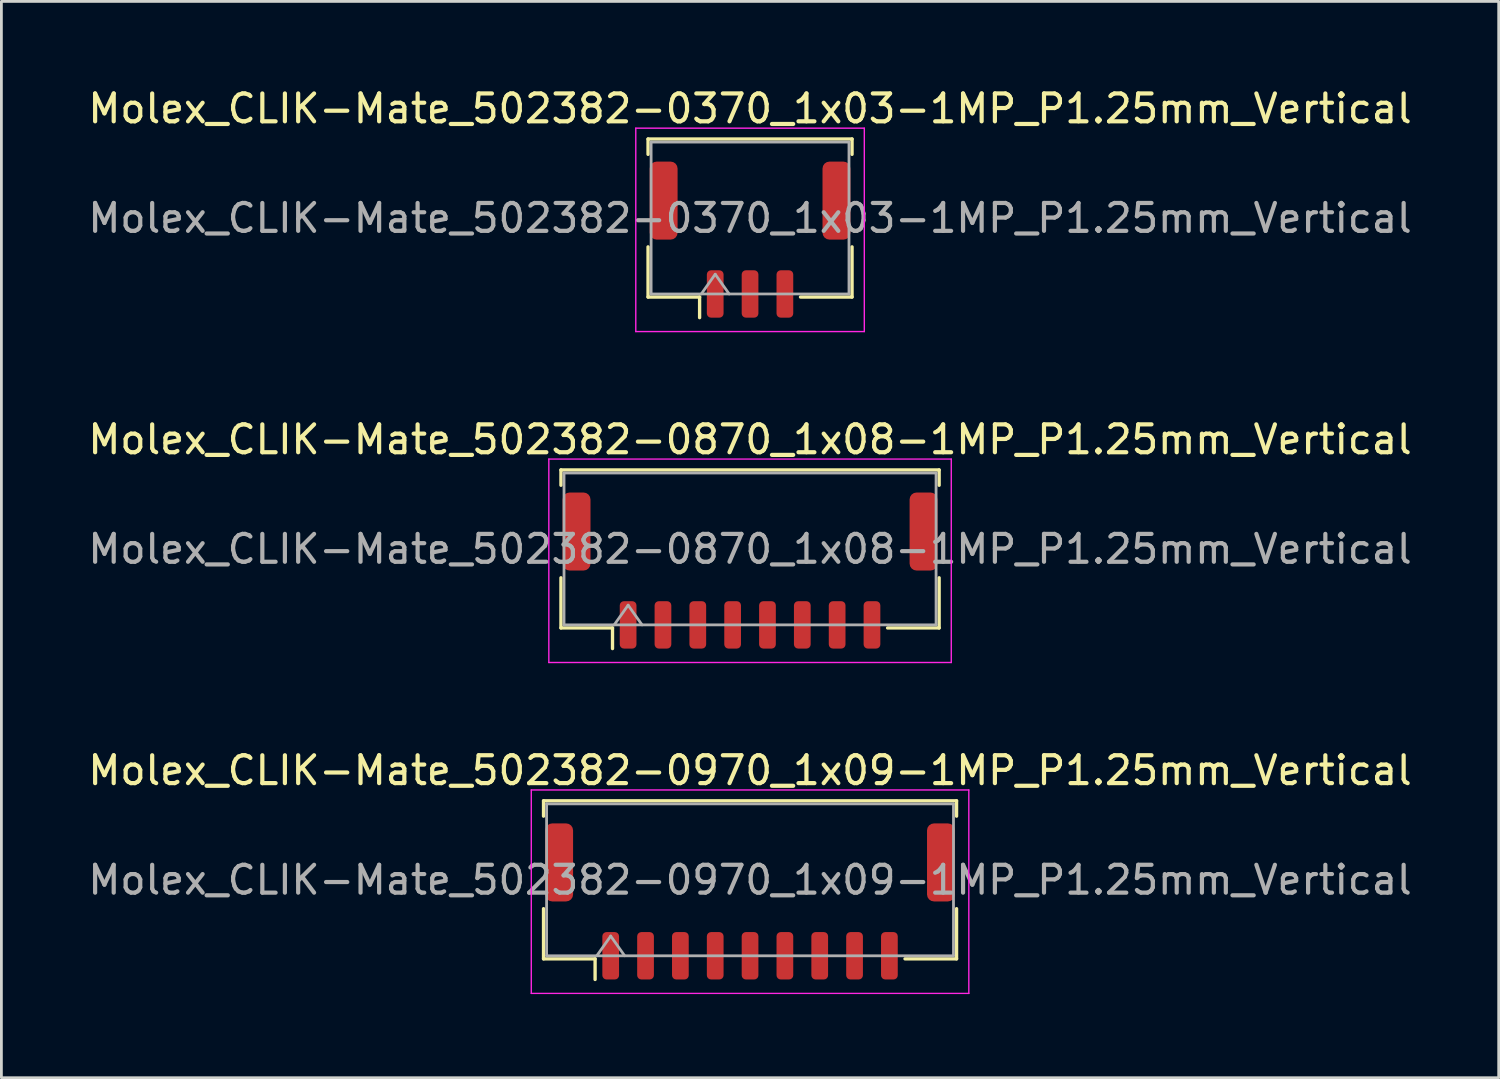
<source format=kicad_pcb>
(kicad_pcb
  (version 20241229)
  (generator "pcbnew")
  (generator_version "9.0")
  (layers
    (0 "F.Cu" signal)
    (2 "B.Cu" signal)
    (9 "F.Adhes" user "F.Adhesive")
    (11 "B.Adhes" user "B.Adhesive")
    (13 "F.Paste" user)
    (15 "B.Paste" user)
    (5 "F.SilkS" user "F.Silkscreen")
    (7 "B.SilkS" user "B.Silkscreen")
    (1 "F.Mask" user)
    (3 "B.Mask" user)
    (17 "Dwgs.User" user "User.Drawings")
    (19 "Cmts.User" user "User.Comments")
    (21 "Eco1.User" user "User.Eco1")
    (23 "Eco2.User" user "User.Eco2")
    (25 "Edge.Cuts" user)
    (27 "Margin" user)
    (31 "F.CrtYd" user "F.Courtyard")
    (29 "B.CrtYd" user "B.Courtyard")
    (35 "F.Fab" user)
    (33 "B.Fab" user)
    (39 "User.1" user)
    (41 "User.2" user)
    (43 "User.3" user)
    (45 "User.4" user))
  (footprint "Molex_CLIK-Mate_502382-0370_1x03-1MP_P1.25mm_Vertical"
    (layer "F.Cu")
    (at 23.863 5.548)
    (property "Reference" "Molex_CLIK-Mate_502382-0370_1x03-1MP_P1.25mm_Vertical" (at 0 -4.7 0) (layer "F.SilkS") (effects (font (size 1 1) (thickness 0.15))))
    (attr smd)
    (fp_line (start -3.66 -3.61) (end 3.66 -3.61) (stroke (width 0.12) (type solid)) (layer "F.SilkS"))
    (fp_line (start -3.66 -3.06) (end -3.66 -3.61) (stroke (width 0.12) (type solid)) (layer "F.SilkS"))
    (fp_line (start -3.66 0.26) (end -3.66 2.06) (stroke (width 0.12) (type solid)) (layer "F.SilkS"))
    (fp_line (start -3.66 2.06) (end -1.81 2.06) (stroke (width 0.12) (type solid)) (layer "F.SilkS"))
    (fp_line (start -1.81 2.06) (end -1.81 2.8) (stroke (width 0.12) (type solid)) (layer "F.SilkS"))
    (fp_line (start 3.66 -3.61) (end 3.66 -3.06) (stroke (width 0.12) (type solid)) (layer "F.SilkS"))
    (fp_line (start 3.66 0.26) (end 3.66 2.06) (stroke (width 0.12) (type solid)) (layer "F.SilkS"))
    (fp_line (start 3.66 2.06) (end 1.81 2.06) (stroke (width 0.12) (type solid)) (layer "F.SilkS"))
    (fp_line (start -4.1 -4) (end -4.1 3.3) (stroke (width 0.05) (type solid)) (layer "F.CrtYd"))
    (fp_line (start -4.1 3.3) (end 4.1 3.3) (stroke (width 0.05) (type solid)) (layer "F.CrtYd"))
    (fp_line (start 4.1 -4) (end -4.1 -4) (stroke (width 0.05) (type solid)) (layer "F.CrtYd"))
    (fp_line (start 4.1 3.3) (end 4.1 -4) (stroke (width 0.05) (type solid)) (layer "F.CrtYd"))
    (fp_line (start -3.55 -3.5) (end 3.55 -3.5) (stroke (width 0.1) (type solid)) (layer "F.Fab"))
    (fp_line (start -3.55 1.95) (end -3.55 -3.5) (stroke (width 0.1) (type solid)) (layer "F.Fab"))
    (fp_line (start -3.55 1.95) (end 3.55 1.95) (stroke (width 0.1) (type solid)) (layer "F.Fab"))
    (fp_line (start -1.75 1.95) (end -1.25 1.243) (stroke (width 0.1) (type solid)) (layer "F.Fab"))
    (fp_line (start -1.25 1.243) (end -0.75 1.95) (stroke (width 0.1) (type solid)) (layer "F.Fab"))
    (fp_line (start 3.55 1.95) (end 3.55 -3.5) (stroke (width 0.1) (type solid)) (layer "F.Fab"))
    (fp_text user "${REFERENCE}" (at 0 -0.77 0) (layer "F.Fab") (effects (font (size 1 1) (thickness 0.15))))
    (pad "1" smd roundrect (at -1.25 1.95) (size 0.6 1.7) (layers "F.Cu" "F.Mask" "F.Paste") (roundrect_rratio 0.25))
    (pad "2" smd roundrect (at 0 1.95) (size 0.6 1.7) (layers "F.Cu" "F.Mask" "F.Paste") (roundrect_rratio 0.25))
    (pad "3" smd roundrect (at 1.25 1.95) (size 0.6 1.7) (layers "F.Cu" "F.Mask" "F.Paste") (roundrect_rratio 0.25))
    (pad "MP" smd roundrect (at -3.1 -1.4) (size 1 2.8) (layers "F.Cu" "F.Mask" "F.Paste") (roundrect_rratio 0.25))
    (pad "MP" smd roundrect (at 3.1 -1.4) (size 1 2.8) (layers "F.Cu" "F.Mask" "F.Paste") (roundrect_rratio 0.25)))
  (footprint "Molex_CLIK-Mate_502382-0870_1x08-1MP_P1.25mm_Vertical"
    (layer "F.Cu")
    (at 23.863 17.422)
    (property "Reference" "Molex_CLIK-Mate_502382-0870_1x08-1MP_P1.25mm_Vertical" (at 0 -4.7 0) (layer "F.SilkS") (effects (font (size 1 1) (thickness 0.15))))
    (attr smd)
    (fp_line (start -6.785 -3.61) (end 6.785 -3.61) (stroke (width 0.12) (type solid)) (layer "F.SilkS"))
    (fp_line (start -6.785 -3.06) (end -6.785 -3.61) (stroke (width 0.12) (type solid)) (layer "F.SilkS"))
    (fp_line (start -6.785 0.26) (end -6.785 2.06) (stroke (width 0.12) (type solid)) (layer "F.SilkS"))
    (fp_line (start -6.785 2.06) (end -4.935 2.06) (stroke (width 0.12) (type solid)) (layer "F.SilkS"))
    (fp_line (start -4.935 2.06) (end -4.935 2.8) (stroke (width 0.12) (type solid)) (layer "F.SilkS"))
    (fp_line (start 6.785 -3.61) (end 6.785 -3.06) (stroke (width 0.12) (type solid)) (layer "F.SilkS"))
    (fp_line (start 6.785 0.26) (end 6.785 2.06) (stroke (width 0.12) (type solid)) (layer "F.SilkS"))
    (fp_line (start 6.785 2.06) (end 4.935 2.06) (stroke (width 0.12) (type solid)) (layer "F.SilkS"))
    (fp_line (start -7.22 -4) (end -7.22 3.3) (stroke (width 0.05) (type solid)) (layer "F.CrtYd"))
    (fp_line (start -7.22 3.3) (end 7.22 3.3) (stroke (width 0.05) (type solid)) (layer "F.CrtYd"))
    (fp_line (start 7.22 -4) (end -7.22 -4) (stroke (width 0.05) (type solid)) (layer "F.CrtYd"))
    (fp_line (start 7.22 3.3) (end 7.22 -4) (stroke (width 0.05) (type solid)) (layer "F.CrtYd"))
    (fp_line (start -6.675 -3.5) (end 6.675 -3.5) (stroke (width 0.1) (type solid)) (layer "F.Fab"))
    (fp_line (start -6.675 1.95) (end -6.675 -3.5) (stroke (width 0.1) (type solid)) (layer "F.Fab"))
    (fp_line (start -6.675 1.95) (end 6.675 1.95) (stroke (width 0.1) (type solid)) (layer "F.Fab"))
    (fp_line (start -4.875 1.95) (end -4.375 1.243) (stroke (width 0.1) (type solid)) (layer "F.Fab"))
    (fp_line (start -4.375 1.243) (end -3.875 1.95) (stroke (width 0.1) (type solid)) (layer "F.Fab"))
    (fp_line (start 6.675 1.95) (end 6.675 -3.5) (stroke (width 0.1) (type solid)) (layer "F.Fab"))
    (fp_text user "${REFERENCE}" (at 0 -0.77 0) (layer "F.Fab") (effects (font (size 1 1) (thickness 0.15))))
    (pad "1" smd roundrect (at -4.375 1.95) (size 0.6 1.7) (layers "F.Cu" "F.Mask" "F.Paste") (roundrect_rratio 0.25))
    (pad "2" smd roundrect (at -3.125 1.95) (size 0.6 1.7) (layers "F.Cu" "F.Mask" "F.Paste") (roundrect_rratio 0.25))
    (pad "3" smd roundrect (at -1.875 1.95) (size 0.6 1.7) (layers "F.Cu" "F.Mask" "F.Paste") (roundrect_rratio 0.25))
    (pad "4" smd roundrect (at -0.625 1.95) (size 0.6 1.7) (layers "F.Cu" "F.Mask" "F.Paste") (roundrect_rratio 0.25))
    (pad "5" smd roundrect (at 0.625 1.95) (size 0.6 1.7) (layers "F.Cu" "F.Mask" "F.Paste") (roundrect_rratio 0.25))
    (pad "6" smd roundrect (at 1.875 1.95) (size 0.6 1.7) (layers "F.Cu" "F.Mask" "F.Paste") (roundrect_rratio 0.25))
    (pad "7" smd roundrect (at 3.125 1.95) (size 0.6 1.7) (layers "F.Cu" "F.Mask" "F.Paste") (roundrect_rratio 0.25))
    (pad "8" smd roundrect (at 4.375 1.95) (size 0.6 1.7) (layers "F.Cu" "F.Mask" "F.Paste") (roundrect_rratio 0.25))
    (pad "MP" smd roundrect (at -6.225 -1.4) (size 1 2.8) (layers "F.Cu" "F.Mask" "F.Paste") (roundrect_rratio 0.25))
    (pad "MP" smd roundrect (at 6.225 -1.4) (size 1 2.8) (layers "F.Cu" "F.Mask" "F.Paste") (roundrect_rratio 0.25)))
  (footprint "Molex_CLIK-Mate_502382-0970_1x09-1MP_P1.25mm_Vertical"
    (layer "F.Cu")
    (at 23.863 29.295)
    (property "Reference" "Molex_CLIK-Mate_502382-0970_1x09-1MP_P1.25mm_Vertical" (at 0 -4.7 0) (layer "F.SilkS") (effects (font (size 1 1) (thickness 0.15))))
    (attr smd)
    (fp_line (start -7.41 -3.61) (end 7.41 -3.61) (stroke (width 0.12) (type solid)) (layer "F.SilkS"))
    (fp_line (start -7.41 -3.06) (end -7.41 -3.61) (stroke (width 0.12) (type solid)) (layer "F.SilkS"))
    (fp_line (start -7.41 0.26) (end -7.41 2.06) (stroke (width 0.12) (type solid)) (layer "F.SilkS"))
    (fp_line (start -7.41 2.06) (end -5.56 2.06) (stroke (width 0.12) (type solid)) (layer "F.SilkS"))
    (fp_line (start -5.56 2.06) (end -5.56 2.8) (stroke (width 0.12) (type solid)) (layer "F.SilkS"))
    (fp_line (start 7.41 -3.61) (end 7.41 -3.06) (stroke (width 0.12) (type solid)) (layer "F.SilkS"))
    (fp_line (start 7.41 0.26) (end 7.41 2.06) (stroke (width 0.12) (type solid)) (layer "F.SilkS"))
    (fp_line (start 7.41 2.06) (end 5.56 2.06) (stroke (width 0.12) (type solid)) (layer "F.SilkS"))
    (fp_line (start -7.85 -4) (end -7.85 3.3) (stroke (width 0.05) (type solid)) (layer "F.CrtYd"))
    (fp_line (start -7.85 3.3) (end 7.85 3.3) (stroke (width 0.05) (type solid)) (layer "F.CrtYd"))
    (fp_line (start 7.85 -4) (end -7.85 -4) (stroke (width 0.05) (type solid)) (layer "F.CrtYd"))
    (fp_line (start 7.85 3.3) (end 7.85 -4) (stroke (width 0.05) (type solid)) (layer "F.CrtYd"))
    (fp_line (start -7.3 -3.5) (end 7.3 -3.5) (stroke (width 0.1) (type solid)) (layer "F.Fab"))
    (fp_line (start -7.3 1.95) (end -7.3 -3.5) (stroke (width 0.1) (type solid)) (layer "F.Fab"))
    (fp_line (start -7.3 1.95) (end 7.3 1.95) (stroke (width 0.1) (type solid)) (layer "F.Fab"))
    (fp_line (start -5.5 1.95) (end -5 1.243) (stroke (width 0.1) (type solid)) (layer "F.Fab"))
    (fp_line (start -5 1.243) (end -4.5 1.95) (stroke (width 0.1) (type solid)) (layer "F.Fab"))
    (fp_line (start 7.3 1.95) (end 7.3 -3.5) (stroke (width 0.1) (type solid)) (layer "F.Fab"))
    (fp_text user "${REFERENCE}" (at 0 -0.77 0) (layer "F.Fab") (effects (font (size 1 1) (thickness 0.15))))
    (pad "1" smd roundrect (at -5 1.95) (size 0.6 1.7) (layers "F.Cu" "F.Mask" "F.Paste") (roundrect_rratio 0.25))
    (pad "2" smd roundrect (at -3.75 1.95) (size 0.6 1.7) (layers "F.Cu" "F.Mask" "F.Paste") (roundrect_rratio 0.25))
    (pad "3" smd roundrect (at -2.5 1.95) (size 0.6 1.7) (layers "F.Cu" "F.Mask" "F.Paste") (roundrect_rratio 0.25))
    (pad "4" smd roundrect (at -1.25 1.95) (size 0.6 1.7) (layers "F.Cu" "F.Mask" "F.Paste") (roundrect_rratio 0.25))
    (pad "5" smd roundrect (at 0 1.95) (size 0.6 1.7) (layers "F.Cu" "F.Mask" "F.Paste") (roundrect_rratio 0.25))
    (pad "6" smd roundrect (at 1.25 1.95) (size 0.6 1.7) (layers "F.Cu" "F.Mask" "F.Paste") (roundrect_rratio 0.25))
    (pad "7" smd roundrect (at 2.5 1.95) (size 0.6 1.7) (layers "F.Cu" "F.Mask" "F.Paste") (roundrect_rratio 0.25))
    (pad "8" smd roundrect (at 3.75 1.95) (size 0.6 1.7) (layers "F.Cu" "F.Mask" "F.Paste") (roundrect_rratio 0.25))
    (pad "9" smd roundrect (at 5 1.95) (size 0.6 1.7) (layers "F.Cu" "F.Mask" "F.Paste") (roundrect_rratio 0.25))
    (pad "MP" smd roundrect (at -6.85 -1.4) (size 1 2.8) (layers "F.Cu" "F.Mask" "F.Paste") (roundrect_rratio 0.25))
    (pad "MP" smd roundrect (at 6.85 -1.4) (size 1 2.8) (layers "F.Cu" "F.Mask" "F.Paste") (roundrect_rratio 0.25)))
  (gr_rect
    (start -3 -3)
    (end 50.726 35.62)
    (stroke (width 0.1) (type default))
    (fill no)
    (layer "Edge.Cuts")))
</source>
